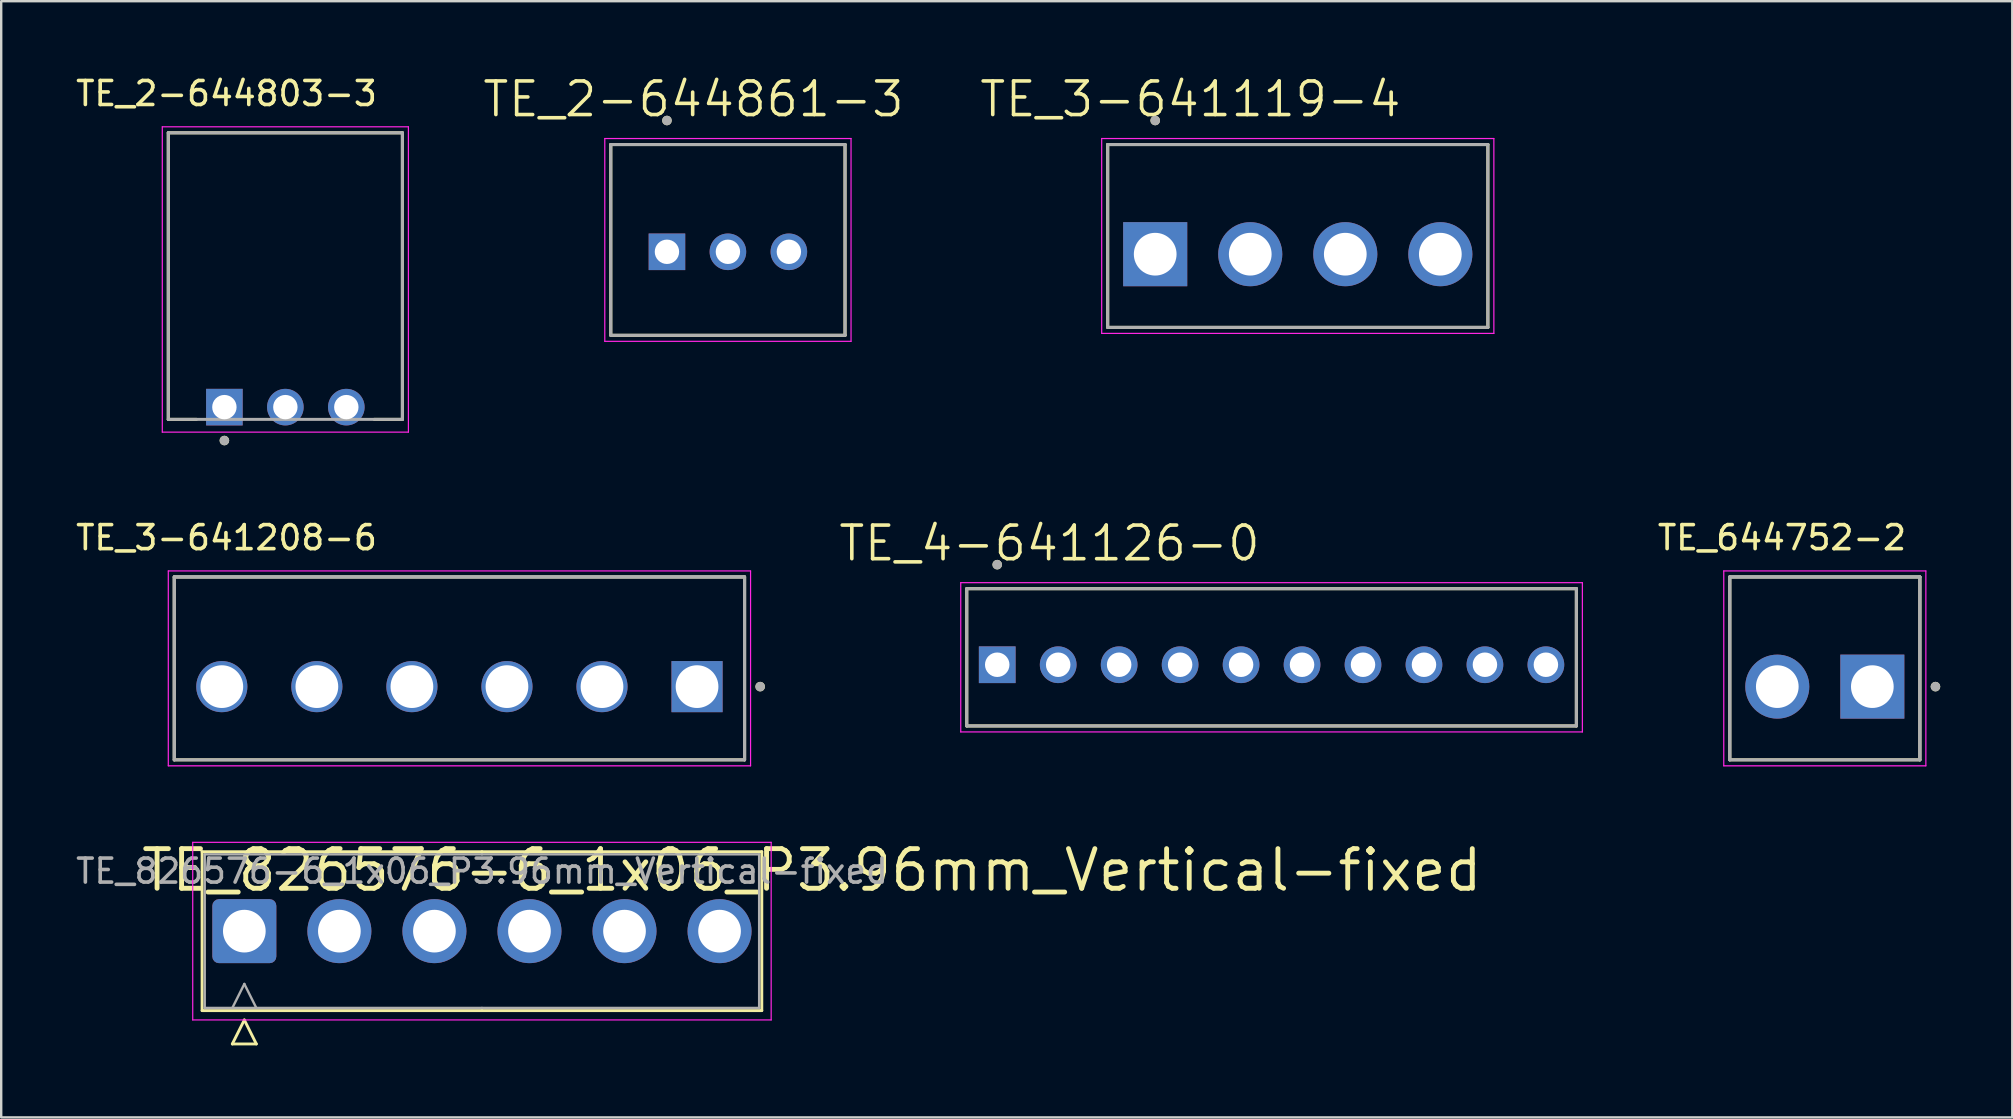
<source format=kicad_pcb>
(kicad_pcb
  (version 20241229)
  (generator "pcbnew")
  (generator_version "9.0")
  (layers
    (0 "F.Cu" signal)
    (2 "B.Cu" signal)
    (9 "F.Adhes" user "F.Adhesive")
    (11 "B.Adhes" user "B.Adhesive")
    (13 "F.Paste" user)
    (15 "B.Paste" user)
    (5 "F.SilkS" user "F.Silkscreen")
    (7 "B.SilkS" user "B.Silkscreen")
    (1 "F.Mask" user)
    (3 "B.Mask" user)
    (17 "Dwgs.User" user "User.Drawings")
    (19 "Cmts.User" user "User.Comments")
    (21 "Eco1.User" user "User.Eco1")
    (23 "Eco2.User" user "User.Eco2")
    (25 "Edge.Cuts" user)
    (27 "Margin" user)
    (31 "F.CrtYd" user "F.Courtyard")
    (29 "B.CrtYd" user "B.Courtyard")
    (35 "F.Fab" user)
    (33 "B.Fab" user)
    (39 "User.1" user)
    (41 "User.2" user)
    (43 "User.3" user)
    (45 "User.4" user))
  (footprint "TE_644752-2"
    (layer "F.Cu")
    (at 74.96 25.558)
    (property "Reference" "TE_644752-2" (at -3.765 -6.205 0) (layer "F.SilkS") (effects (font (size 1 1) (thickness 0.15))))
    (attr through_hole)
    (fp_line (start -5.94 3.05) (end -5.94 -4.57) (stroke (width 0.127) (type solid)) (layer "F.SilkS"))
    (fp_line (start 1.98 -4.57) (end -5.94 -4.57) (stroke (width 0.127) (type solid)) (layer "F.SilkS"))
    (fp_line (start 1.98 -4.57) (end 1.98 3.05) (stroke (width 0.127) (type solid)) (layer "F.SilkS"))
    (fp_line (start 1.98 3.05) (end -5.94 3.05) (stroke (width 0.127) (type solid)) (layer "F.SilkS"))
    (fp_circle (center 2.63 0) (end 2.73 0) (stroke (width 0.2) (type solid)) (fill no) (layer "F.SilkS"))
    (fp_line (start -6.19 -4.82) (end 2.23 -4.82) (stroke (width 0.05) (type solid)) (layer "F.CrtYd"))
    (fp_line (start -6.19 3.3) (end -6.19 -4.82) (stroke (width 0.05) (type solid)) (layer "F.CrtYd"))
    (fp_line (start 2.23 -4.82) (end 2.23 3.3) (stroke (width 0.05) (type solid)) (layer "F.CrtYd"))
    (fp_line (start 2.23 3.3) (end -6.19 3.3) (stroke (width 0.05) (type solid)) (layer "F.CrtYd"))
    (fp_line (start -5.94 -4.57) (end 1.98 -4.57) (stroke (width 0.127) (type solid)) (layer "F.Fab"))
    (fp_line (start -5.94 -4.57) (end 1.98 -4.57) (stroke (width 0.127) (type solid)) (layer "F.Fab"))
    (fp_line (start -5.94 3.05) (end -5.94 -4.57) (stroke (width 0.127) (type solid)) (layer "F.Fab"))
    (fp_line (start -5.94 3.05) (end -5.94 -4.57) (stroke (width 0.127) (type solid)) (layer "F.Fab"))
    (fp_line (start 1.98 -4.57) (end 1.98 3.05) (stroke (width 0.127) (type solid)) (layer "F.Fab"))
    (fp_line (start 1.98 -4.57) (end 1.98 3.05) (stroke (width 0.127) (type solid)) (layer "F.Fab"))
    (fp_line (start 1.98 3.05) (end -5.94 3.05) (stroke (width 0.127) (type solid)) (layer "F.Fab"))
    (fp_circle (center 2.63 0) (end 2.73 0) (stroke (width 0.2) (type solid)) (fill no) (layer "F.Fab"))
    (pad "1" thru_hole rect (at 0 0) (size 2.667 2.667) (drill 1.778) (layers "*.Cu" "*.Mask"))
    (pad "2" thru_hole circle (at -3.96 0) (size 2.667 2.667) (drill 1.778) (layers "*.Cu" "*.Mask")))
  (footprint "TE_3-641208-6"
    (layer "F.Cu")
    (at 25.992 25.558)
    (property "Reference" "TE_3-641208-6" (at -19.605 -6.205 0) (layer "F.SilkS") (effects (font (size 1 1) (thickness 0.15))))
    (attr through_hole)
    (fp_line (start -21.78 3.05) (end -21.78 -4.57) (stroke (width 0.127) (type solid)) (layer "F.SilkS"))
    (fp_line (start 1.98 -4.57) (end -21.78 -4.57) (stroke (width 0.127) (type solid)) (layer "F.SilkS"))
    (fp_line (start 1.98 -4.57) (end 1.98 3.05) (stroke (width 0.127) (type solid)) (layer "F.SilkS"))
    (fp_line (start 1.98 3.05) (end -21.78 3.05) (stroke (width 0.127) (type solid)) (layer "F.SilkS"))
    (fp_circle (center 2.63 0) (end 2.73 0) (stroke (width 0.2) (type solid)) (fill no) (layer "F.SilkS"))
    (fp_line (start -22.03 -4.82) (end 2.23 -4.82) (stroke (width 0.05) (type solid)) (layer "F.CrtYd"))
    (fp_line (start -22.03 3.3) (end -22.03 -4.82) (stroke (width 0.05) (type solid)) (layer "F.CrtYd"))
    (fp_line (start 2.23 -4.82) (end 2.23 3.3) (stroke (width 0.05) (type solid)) (layer "F.CrtYd"))
    (fp_line (start 2.23 3.3) (end -22.03 3.3) (stroke (width 0.05) (type solid)) (layer "F.CrtYd"))
    (fp_line (start -21.78 -4.57) (end 1.98 -4.57) (stroke (width 0.127) (type solid)) (layer "F.Fab"))
    (fp_line (start -21.78 -4.57) (end 1.98 -4.57) (stroke (width 0.127) (type solid)) (layer "F.Fab"))
    (fp_line (start -21.78 3.05) (end -21.78 -4.57) (stroke (width 0.127) (type solid)) (layer "F.Fab"))
    (fp_line (start -21.78 3.05) (end -21.78 -4.57) (stroke (width 0.127) (type solid)) (layer "F.Fab"))
    (fp_line (start 1.98 -4.57) (end 1.98 3.05) (stroke (width 0.127) (type solid)) (layer "F.Fab"))
    (fp_line (start 1.98 -4.57) (end 1.98 3.05) (stroke (width 0.127) (type solid)) (layer "F.Fab"))
    (fp_line (start 1.98 3.05) (end -21.78 3.05) (stroke (width 0.127) (type solid)) (layer "F.Fab"))
    (fp_circle (center 2.63 0) (end 2.73 0) (stroke (width 0.2) (type solid)) (fill no) (layer "F.Fab"))
    (pad "1" thru_hole rect (at 0 0) (size 2.13 2.13) (drill 1.78) (layers "*.Cu" "*.Mask"))
    (pad "2" thru_hole circle (at -3.96 0) (size 2.13 2.13) (drill 1.78) (layers "*.Cu" "*.Mask"))
    (pad "3" thru_hole circle (at -7.92 0) (size 2.13 2.13) (drill 1.78) (layers "*.Cu" "*.Mask"))
    (pad "4" thru_hole circle (at -11.88 0) (size 2.13 2.13) (drill 1.78) (layers "*.Cu" "*.Mask"))
    (pad "5" thru_hole circle (at -15.84 0) (size 2.13 2.13) (drill 1.78) (layers "*.Cu" "*.Mask"))
    (pad "6" thru_hole circle (at -19.8 0) (size 2.13 2.13) (drill 1.78) (layers "*.Cu" "*.Mask")))
  (footprint "TE_3-641119-4"
    (layer "F.Cu")
    (at 51.021 7.541)
    (property "Reference" "TE_3-641119-4" (at -4.475 -6.459 0) (layer "F.SilkS") (effects (font (size 1.4 1.4) (thickness 0.15))))
    (attr through_hole)
    (fp_line (start -7.92 -4.57) (end 7.92 -4.57) (stroke (width 0.127) (type solid)) (layer "F.SilkS"))
    (fp_line (start -7.92 3.05) (end -7.92 -4.57) (stroke (width 0.127) (type solid)) (layer "F.SilkS"))
    (fp_line (start 7.92 -4.57) (end 7.92 3.05) (stroke (width 0.127) (type solid)) (layer "F.SilkS"))
    (fp_line (start 7.92 3.05) (end -7.92 3.05) (stroke (width 0.127) (type solid)) (layer "F.SilkS"))
    (fp_circle (center -5.94 -5.57) (end -5.84 -5.57) (stroke (width 0.2) (type solid)) (fill no) (layer "F.SilkS"))
    (fp_line (start -8.17 -4.82) (end 8.17 -4.82) (stroke (width 0.05) (type solid)) (layer "F.CrtYd"))
    (fp_line (start -8.17 3.3) (end -8.17 -4.82) (stroke (width 0.05) (type solid)) (layer "F.CrtYd"))
    (fp_line (start 8.17 -4.82) (end 8.17 3.3) (stroke (width 0.05) (type solid)) (layer "F.CrtYd"))
    (fp_line (start 8.17 3.3) (end -8.17 3.3) (stroke (width 0.05) (type solid)) (layer "F.CrtYd"))
    (fp_line (start -7.92 -4.57) (end 7.92 -4.57) (stroke (width 0.127) (type solid)) (layer "F.Fab"))
    (fp_line (start -7.92 3.05) (end -7.92 -4.57) (stroke (width 0.127) (type solid)) (layer "F.Fab"))
    (fp_line (start 7.92 -4.57) (end 7.92 3.05) (stroke (width 0.127) (type solid)) (layer "F.Fab"))
    (fp_line (start 7.92 3.05) (end -7.92 3.05) (stroke (width 0.127) (type solid)) (layer "F.Fab"))
    (fp_circle (center -5.94 -5.57) (end -5.84 -5.57) (stroke (width 0.2) (type solid)) (fill no) (layer "F.Fab"))
    (pad "1" thru_hole rect (at -5.94 0) (size 2.67 2.67) (drill 1.78) (layers "*.Cu" "*.Mask"))
    (pad "2" thru_hole circle (at -1.98 0) (size 2.67 2.67) (drill 1.78) (layers "*.Cu" "*.Mask"))
    (pad "3" thru_hole circle (at 1.98 0) (size 2.67 2.67) (drill 1.78) (layers "*.Cu" "*.Mask"))
    (pad "4" thru_hole circle (at 5.94 0) (size 2.67 2.67) (drill 1.78) (layers "*.Cu" "*.Mask")))
  (footprint "TE_2-644803-3"
    (layer "F.Cu")
    (at 8.839 13.913)
    (property "Reference" "TE_2-644803-3" (at -2.452 -13.065 0) (layer "F.SilkS") (effects (font (size 1 1) (thickness 0.15))))
    (attr through_hole)
    (fp_line (start -4.877 -11.43) (end 4.877 -11.43) (stroke (width 0.127) (type solid)) (layer "F.SilkS"))
    (fp_line (start -4.877 0.51) (end -4.877 -11.43) (stroke (width 0.127) (type solid)) (layer "F.SilkS"))
    (fp_line (start -4.877 0.51) (end -3.704 0.51) (stroke (width 0.127) (type solid)) (layer "F.SilkS"))
    (fp_line (start 3.704 0.51) (end 4.877 0.51) (stroke (width 0.127) (type solid)) (layer "F.SilkS"))
    (fp_line (start 4.877 -11.43) (end 4.877 0.51) (stroke (width 0.127) (type solid)) (layer "F.SilkS"))
    (fp_circle (center -2.54 1.392) (end -2.44 1.392) (stroke (width 0.2) (type solid)) (fill no) (layer "F.SilkS"))
    (fp_line (start -5.127 -11.68) (end 5.127 -11.68) (stroke (width 0.05) (type solid)) (layer "F.CrtYd"))
    (fp_line (start -5.127 1.042) (end -5.127 -11.68) (stroke (width 0.05) (type solid)) (layer "F.CrtYd"))
    (fp_line (start 5.127 -11.68) (end 5.127 1.042) (stroke (width 0.05) (type solid)) (layer "F.CrtYd"))
    (fp_line (start 5.127 1.042) (end -5.127 1.042) (stroke (width 0.05) (type solid)) (layer "F.CrtYd"))
    (fp_line (start -4.877 -11.43) (end 4.877 -11.43) (stroke (width 0.127) (type solid)) (layer "F.Fab"))
    (fp_line (start -4.877 0.51) (end -4.877 -11.43) (stroke (width 0.127) (type solid)) (layer "F.Fab"))
    (fp_line (start 4.877 -11.43) (end 4.877 0.51) (stroke (width 0.127) (type solid)) (layer "F.Fab"))
    (fp_line (start 4.877 0.51) (end -4.877 0.51) (stroke (width 0.127) (type solid)) (layer "F.Fab"))
    (fp_circle (center -2.54 1.392) (end -2.44 1.392) (stroke (width 0.2) (type solid)) (fill no) (layer "F.Fab"))
    (pad "1" thru_hole rect (at -2.54 0) (size 1.524 1.524) (drill 1.016) (layers "*.Cu" "*.Mask"))
    (pad "2" thru_hole circle (at 0 0) (size 1.524 1.524) (drill 1.016) (layers "*.Cu" "*.Mask"))
    (pad "3" thru_hole circle (at 2.54 0) (size 1.524 1.524) (drill 1.016) (layers "*.Cu" "*.Mask")))
  (footprint "TE_2-644861-3"
    (layer "F.Cu")
    (at 27.278 7.441)
    (property "Reference" "TE_2-644861-3" (at -1.435 -6.359 0) (layer "F.SilkS") (effects (font (size 1.4 1.4) (thickness 0.15))))
    (attr through_hole)
    (fp_line (start -4.88 -4.47) (end 4.88 -4.47) (stroke (width 0.127) (type solid)) (layer "F.SilkS"))
    (fp_line (start -4.88 3.48) (end -4.88 -4.47) (stroke (width 0.127) (type solid)) (layer "F.SilkS"))
    (fp_line (start 4.88 -4.47) (end 4.88 3.48) (stroke (width 0.127) (type solid)) (layer "F.SilkS"))
    (fp_line (start 4.88 3.48) (end -4.88 3.48) (stroke (width 0.127) (type solid)) (layer "F.SilkS"))
    (fp_circle (center -2.54 -5.47) (end -2.44 -5.47) (stroke (width 0.2) (type solid)) (fill no) (layer "F.SilkS"))
    (fp_line (start -5.13 -4.72) (end 5.13 -4.72) (stroke (width 0.05) (type solid)) (layer "F.CrtYd"))
    (fp_line (start -5.13 3.73) (end -5.13 -4.72) (stroke (width 0.05) (type solid)) (layer "F.CrtYd"))
    (fp_line (start 5.13 -4.72) (end 5.13 3.73) (stroke (width 0.05) (type solid)) (layer "F.CrtYd"))
    (fp_line (start 5.13 3.73) (end -5.13 3.73) (stroke (width 0.05) (type solid)) (layer "F.CrtYd"))
    (fp_line (start -4.88 -4.47) (end 4.88 -4.47) (stroke (width 0.127) (type solid)) (layer "F.Fab"))
    (fp_line (start -4.88 3.48) (end -4.88 -4.47) (stroke (width 0.127) (type solid)) (layer "F.Fab"))
    (fp_line (start 4.88 -4.47) (end 4.88 3.48) (stroke (width 0.127) (type solid)) (layer "F.Fab"))
    (fp_line (start 4.88 3.48) (end -4.88 3.48) (stroke (width 0.127) (type solid)) (layer "F.Fab"))
    (fp_circle (center -2.54 -5.47) (end -2.44 -5.47) (stroke (width 0.2) (type solid)) (fill no) (layer "F.Fab"))
    (pad "1" thru_hole rect (at -2.54 0) (size 1.524 1.524) (drill 1.016) (layers "*.Cu" "*.Mask"))
    (pad "2" thru_hole circle (at 0 0) (size 1.524 1.524) (drill 1.016) (layers "*.Cu" "*.Mask"))
    (pad "3" thru_hole circle (at 2.54 0) (size 1.524 1.524) (drill 1.016) (layers "*.Cu" "*.Mask")))
  (footprint "TE_826576-6_1x06_P3.96mm_Vertical-fixed"
    (layer "F.Cu")
    (at 7.13 35.746)
    (property "Reference" "TE_826576-6_1x06_P3.96mm_Vertical-fixed" (at 23.645 -2.54 0) (layer "F.SilkS") (effects (font (size 1.651 1.651) (thickness 0.203))))
    (attr through_hole)
    (fp_line (start -1.76 -3.31) (end -1.76 3.31) (stroke (width 0.12) (type solid)) (layer "F.SilkS"))
    (fp_line (start -1.76 3.31) (end 9.9 3.31) (stroke (width 0.12) (type solid)) (layer "F.SilkS"))
    (fp_line (start -0.5 4.7) (end 0 3.7) (stroke (width 0.12) (type solid)) (layer "F.SilkS"))
    (fp_line (start 0 3.7) (end 0.5 4.7) (stroke (width 0.12) (type solid)) (layer "F.SilkS"))
    (fp_line (start 0.5 4.7) (end -0.5 4.7) (stroke (width 0.12) (type solid)) (layer "F.SilkS"))
    (fp_line (start 9.9 -3.31) (end -1.76 -3.31) (stroke (width 0.12) (type solid)) (layer "F.SilkS"))
    (fp_line (start 9.9 -3.31) (end 21.56 -3.31) (stroke (width 0.12) (type solid)) (layer "F.SilkS"))
    (fp_line (start 21.56 -3.31) (end 21.56 3.31) (stroke (width 0.12) (type solid)) (layer "F.SilkS"))
    (fp_line (start 21.56 3.31) (end 9.9 3.31) (stroke (width 0.12) (type solid)) (layer "F.SilkS"))
    (fp_line (start -2.15 -3.7) (end -2.15 3.7) (stroke (width 0.05) (type solid)) (layer "F.CrtYd"))
    (fp_line (start -2.15 3.7) (end 21.95 3.7) (stroke (width 0.05) (type solid)) (layer "F.CrtYd"))
    (fp_line (start 21.95 -3.7) (end -2.15 -3.7) (stroke (width 0.05) (type solid)) (layer "F.CrtYd"))
    (fp_line (start 21.95 3.7) (end 21.95 -3.7) (stroke (width 0.05) (type solid)) (layer "F.CrtYd"))
    (fp_line (start -1.65 -3.2) (end -1.65 3.2) (stroke (width 0.1) (type solid)) (layer "F.Fab"))
    (fp_line (start -1.65 3.2) (end 9.9 3.2) (stroke (width 0.1) (type solid)) (layer "F.Fab"))
    (fp_line (start -0.5 3.2) (end 0 2.2) (stroke (width 0.1) (type solid)) (layer "F.Fab"))
    (fp_line (start 0 2.2) (end 0.5 3.2) (stroke (width 0.1) (type solid)) (layer "F.Fab"))
    (fp_line (start 9.9 -3.2) (end -1.65 -3.2) (stroke (width 0.1) (type solid)) (layer "F.Fab"))
    (fp_line (start 9.9 -3.2) (end 21.45 -3.2) (stroke (width 0.1) (type solid)) (layer "F.Fab"))
    (fp_line (start 21.45 -3.2) (end 21.45 3.2) (stroke (width 0.1) (type solid)) (layer "F.Fab"))
    (fp_line (start 21.45 3.2) (end 9.9 3.2) (stroke (width 0.1) (type solid)) (layer "F.Fab"))
    (fp_text user "${REFERENCE}" (at 9.9 -2.5 0) (layer "F.Fab") (effects (font (size 1 1) (thickness 0.15))))
    (pad "1" thru_hole roundrect (at 0 0) (size 2.667 2.667) (drill 1.778) (layers "*.Cu" "*.Mask") (roundrect_rratio 0.104))
    (pad "2" thru_hole circle (at 3.96 0) (size 2.667 2.667) (drill 1.778) (layers "*.Cu" "*.Mask"))
    (pad "3" thru_hole circle (at 7.92 0) (size 2.667 2.667) (drill 1.778) (layers "*.Cu" "*.Mask"))
    (pad "4" thru_hole circle (at 11.88 0) (size 2.667 2.667) (drill 1.778) (layers "*.Cu" "*.Mask"))
    (pad "5" thru_hole circle (at 15.84 0) (size 2.667 2.667) (drill 1.778) (layers "*.Cu" "*.Mask"))
    (pad "6" thru_hole circle (at 19.8 0) (size 2.667 2.667) (drill 1.778) (layers "*.Cu" "*.Mask")))
  (footprint "TE_4-641126-0"
    (layer "F.Cu")
    (at 49.929 24.646)
    (property "Reference" "TE_4-641126-0" (at -9.255 -5.059 0) (layer "F.SilkS") (effects (font (size 1.4 1.4) (thickness 0.15))))
    (attr through_hole)
    (fp_line (start -12.7 -3.17) (end 12.7 -3.17) (stroke (width 0.127) (type solid)) (layer "F.SilkS"))
    (fp_line (start -12.7 2.55) (end -12.7 -3.17) (stroke (width 0.127) (type solid)) (layer "F.SilkS"))
    (fp_line (start 12.7 -3.17) (end 12.7 2.55) (stroke (width 0.127) (type solid)) (layer "F.SilkS"))
    (fp_line (start 12.7 2.55) (end -12.7 2.55) (stroke (width 0.127) (type solid)) (layer "F.SilkS"))
    (fp_circle (center -11.43 -4.17) (end -11.33 -4.17) (stroke (width 0.2) (type solid)) (fill no) (layer "F.SilkS"))
    (fp_line (start -12.95 -3.42) (end 12.95 -3.42) (stroke (width 0.05) (type solid)) (layer "F.CrtYd"))
    (fp_line (start -12.95 2.8) (end -12.95 -3.42) (stroke (width 0.05) (type solid)) (layer "F.CrtYd"))
    (fp_line (start 12.95 -3.42) (end 12.95 2.8) (stroke (width 0.05) (type solid)) (layer "F.CrtYd"))
    (fp_line (start 12.95 2.8) (end -12.95 2.8) (stroke (width 0.05) (type solid)) (layer "F.CrtYd"))
    (fp_line (start -12.7 -3.17) (end 12.7 -3.17) (stroke (width 0.127) (type solid)) (layer "F.Fab"))
    (fp_line (start -12.7 2.55) (end -12.7 -3.17) (stroke (width 0.127) (type solid)) (layer "F.Fab"))
    (fp_line (start 12.7 -3.17) (end 12.7 2.55) (stroke (width 0.127) (type solid)) (layer "F.Fab"))
    (fp_line (start 12.7 2.55) (end -12.7 2.55) (stroke (width 0.127) (type solid)) (layer "F.Fab"))
    (fp_circle (center -11.43 -4.17) (end -11.33 -4.17) (stroke (width 0.2) (type solid)) (fill no) (layer "F.Fab"))
    (pad "1" thru_hole rect (at -11.43 0) (size 1.53 1.53) (drill 1.02) (layers "*.Cu" "*.Mask"))
    (pad "2" thru_hole circle (at -8.89 0) (size 1.53 1.53) (drill 1.02) (layers "*.Cu" "*.Mask"))
    (pad "3" thru_hole circle (at -6.35 0) (size 1.53 1.53) (drill 1.02) (layers "*.Cu" "*.Mask"))
    (pad "4" thru_hole circle (at -3.81 0) (size 1.53 1.53) (drill 1.02) (layers "*.Cu" "*.Mask"))
    (pad "5" thru_hole circle (at -1.27 0) (size 1.53 1.53) (drill 1.02) (layers "*.Cu" "*.Mask"))
    (pad "6" thru_hole circle (at 1.27 0) (size 1.53 1.53) (drill 1.02) (layers "*.Cu" "*.Mask"))
    (pad "7" thru_hole circle (at 3.81 0) (size 1.53 1.53) (drill 1.02) (layers "*.Cu" "*.Mask"))
    (pad "8" thru_hole circle (at 6.35 0) (size 1.53 1.53) (drill 1.02) (layers "*.Cu" "*.Mask"))
    (pad "9" thru_hole circle (at 8.89 0) (size 1.53 1.53) (drill 1.02) (layers "*.Cu" "*.Mask"))
    (pad "10" thru_hole circle (at 11.43 0) (size 1.53 1.53) (drill 1.02) (layers "*.Cu" "*.Mask")))
  (gr_rect
    (start -3 -3)
    (end 80.79 43.506)
    (stroke (width 0.1) (type default))
    (fill no)
    (layer "Edge.Cuts")))
</source>
